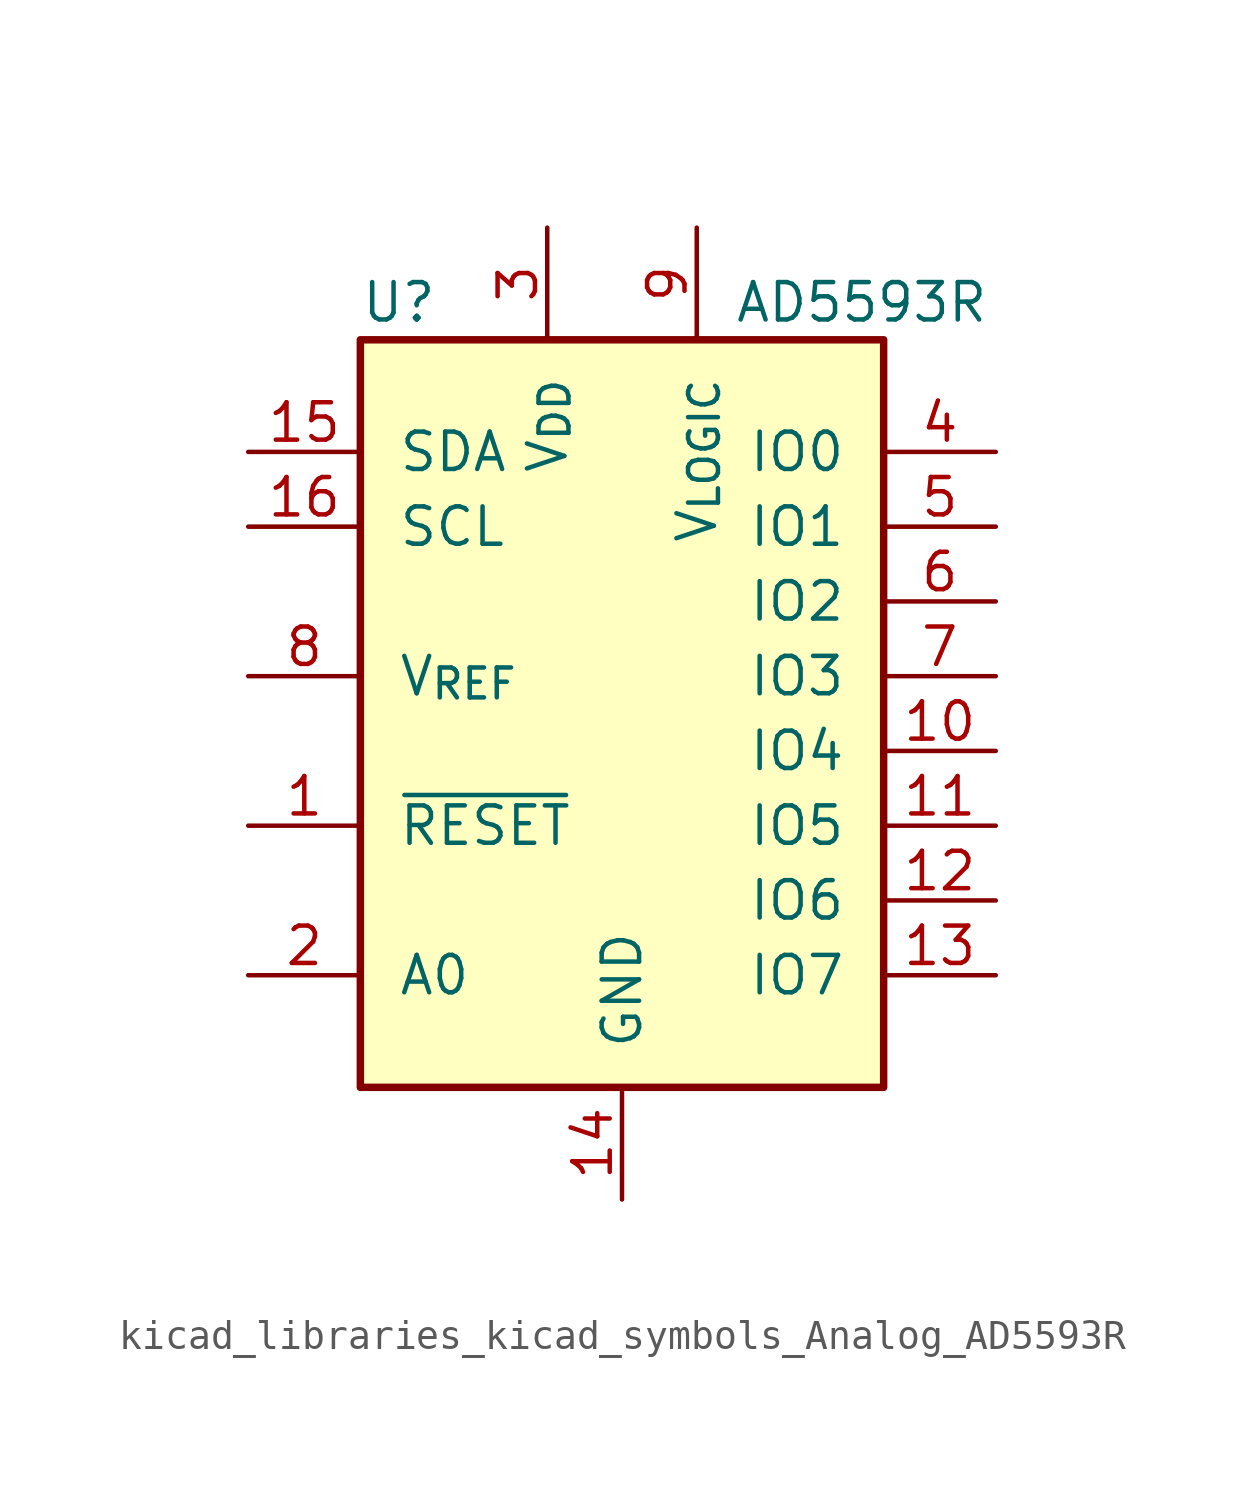
<source format=kicad_sym>
(kicad_symbol_lib
  (version 20220914)
  (generator kicad_symbol_editor)
  (symbol "kicad_libraries_kicad_symbols_Analog_AD5593R"
    (pin_names
      (offset 1.27))
    (property "Reference" "U"
      (at -8.89 15.24 0)
      (effects (font (size 1.27 1.27)) (justify left)))
    (property "Value" "AD5593R"
      (at 3.81 15.24 0)
      (effects (font (size 1.27 1.27)) (justify left)))
    (symbol "kicad_libraries_kicad_symbols_Analog_AD5593R_0_1"
      (rectangle (start -8.89 13.97) (end 8.89 -11.43) (stroke (width 0.254) (type default)) (fill (type background))))
    (symbol "kicad_libraries_kicad_symbols_Analog_AD5593R_1_1"
      (pin input line (at -12.7 -2.54 0) (length 3.81) (name "~{RESET}" (effects (font (size 1.27 1.27)))) (number "1" (effects (font (size 1.27 1.27)))))
      (pin bidirectional line (at 12.7 0 180) (length 3.81) (name "IO4" (effects (font (size 1.27 1.27)))) (number "10" (effects (font (size 1.27 1.27)))))
      (pin bidirectional line (at 12.7 -2.54 180) (length 3.81) (name "IO5" (effects (font (size 1.27 1.27)))) (number "11" (effects (font (size 1.27 1.27)))))
      (pin bidirectional line (at 12.7 -5.08 180) (length 3.81) (name "IO6" (effects (font (size 1.27 1.27)))) (number "12" (effects (font (size 1.27 1.27)))))
      (pin bidirectional line (at 12.7 -7.62 180) (length 3.81) (name "IO7" (effects (font (size 1.27 1.27)))) (number "13" (effects (font (size 1.27 1.27)))))
      (pin power_in line (at 0 -15.24 90) (length 3.81) (name "GND" (effects (font (size 1.27 1.27)))) (number "14" (effects (font (size 1.27 1.27)))))
      (pin bidirectional line (at -12.7 10.16 0) (length 3.81) (name "SDA" (effects (font (size 1.27 1.27)))) (number "15" (effects (font (size 1.27 1.27)))))
      (pin input line (at -12.7 7.62 0) (length 3.81) (name "SCL" (effects (font (size 1.27 1.27)))) (number "16" (effects (font (size 1.27 1.27)))))
      (pin input line (at -12.7 -7.62 0) (length 3.81) (name "A0" (effects (font (size 1.27 1.27)))) (number "2" (effects (font (size 1.27 1.27)))))
      (pin power_in line (at -2.54 17.78 270) (length 3.81) (name "V_{DD}" (effects (font (size 1.27 1.27)))) (number "3" (effects (font (size 1.27 1.27)))))
      (pin bidirectional line (at 12.7 10.16 180) (length 3.81) (name "IO0" (effects (font (size 1.27 1.27)))) (number "4" (effects (font (size 1.27 1.27)))))
      (pin bidirectional line (at 12.7 7.62 180) (length 3.81) (name "IO1" (effects (font (size 1.27 1.27)))) (number "5" (effects (font (size 1.27 1.27)))))
      (pin bidirectional line (at 12.7 5.08 180) (length 3.81) (name "IO2" (effects (font (size 1.27 1.27)))) (number "6" (effects (font (size 1.27 1.27)))))
      (pin bidirectional line (at 12.7 2.54 180) (length 3.81) (name "IO3" (effects (font (size 1.27 1.27)))) (number "7" (effects (font (size 1.27 1.27)))))
      (pin passive line (at -12.7 2.54 0) (length 3.81) (name "V_{REF}" (effects (font (size 1.27 1.27)))) (number "8" (effects (font (size 1.27 1.27)))))
      (pin power_in line (at 2.54 17.78 270) (length 3.81) (name "V_{LOGIC}" (effects (font (size 1.27 1.27)))) (number "9" (effects (font (size 1.27 1.27))))))))
</source>
